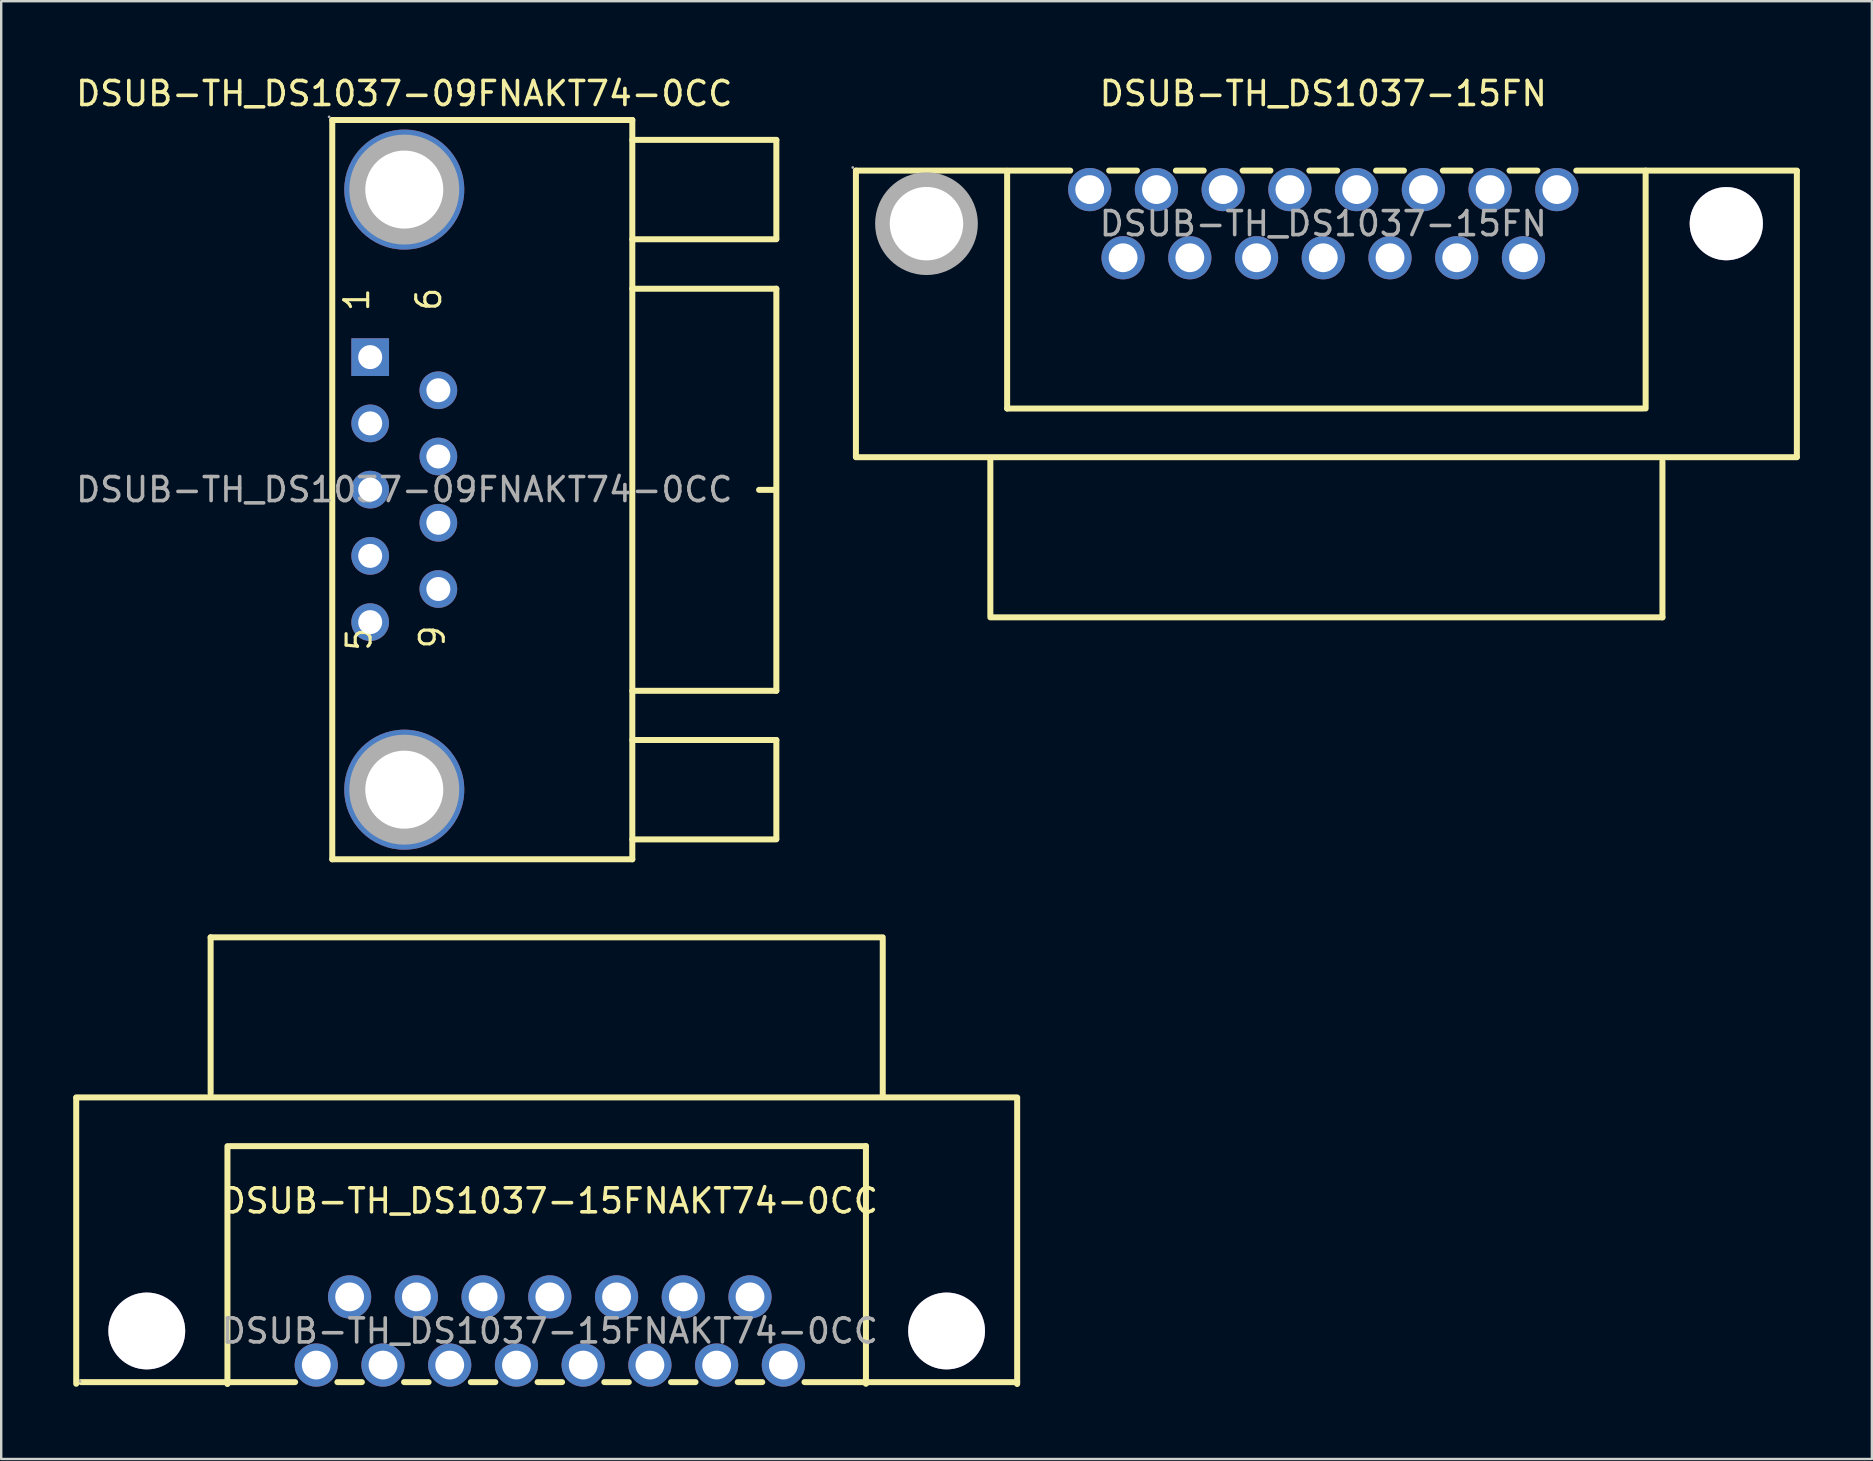
<source format=kicad_pcb>
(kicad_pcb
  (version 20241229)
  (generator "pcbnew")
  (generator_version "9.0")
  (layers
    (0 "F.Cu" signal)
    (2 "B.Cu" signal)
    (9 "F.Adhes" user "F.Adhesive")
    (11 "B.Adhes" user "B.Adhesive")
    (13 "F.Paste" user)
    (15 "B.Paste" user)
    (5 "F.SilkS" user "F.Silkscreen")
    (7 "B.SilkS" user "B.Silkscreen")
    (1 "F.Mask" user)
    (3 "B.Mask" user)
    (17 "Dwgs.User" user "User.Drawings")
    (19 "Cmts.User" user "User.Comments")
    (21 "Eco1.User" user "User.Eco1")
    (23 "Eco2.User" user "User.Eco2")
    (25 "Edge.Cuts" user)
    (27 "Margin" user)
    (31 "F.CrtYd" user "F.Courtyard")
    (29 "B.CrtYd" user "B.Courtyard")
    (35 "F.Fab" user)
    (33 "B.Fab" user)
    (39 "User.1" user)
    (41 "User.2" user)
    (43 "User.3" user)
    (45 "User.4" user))
  (footprint "DSUB-TH_DS1037-15FNAKT74-0CC"
    (layer "F.Cu")
    (at 19.855 52.398)
    (property "Reference" "DSUB-TH_DS1037-15FNAKT74-0CC" (at 0 -5.42 0) (layer "F.SilkS") (effects (font (size 1 1) (thickness 0.15))))
    (attr through_hole)
    (fp_line (start -19.73 -9.73) (end 19.47 -9.73) (stroke (width 0.25) (type solid)) (layer "F.SilkS"))
    (fp_line (start -19.73 -9.71) (end -19.73 2.2) (stroke (width 0.25) (type solid)) (layer "F.SilkS"))
    (fp_line (start -19.53 2.13) (end -10.61 2.13) (stroke (width 0.25) (type solid)) (layer "F.SilkS"))
    (fp_line (start -14.13 -16.4) (end -14.13 -9.9) (stroke (width 0.25) (type solid)) (layer "F.SilkS"))
    (fp_line (start -14.13 -16.4) (end 13.87 -16.4) (stroke (width 0.25) (type solid)) (layer "F.SilkS"))
    (fp_line (start -13.43 -7.7) (end -13.43 2.21) (stroke (width 0.25) (type solid)) (layer "F.SilkS"))
    (fp_line (start -13.33 -7.7) (end 13.17 -7.7) (stroke (width 0.25) (type solid)) (layer "F.SilkS"))
    (fp_line (start -8.85 2.13) (end -7.83 2.13) (stroke (width 0.25) (type solid)) (layer "F.SilkS"))
    (fp_line (start -6.07 2.13) (end -5.05 2.13) (stroke (width 0.25) (type solid)) (layer "F.SilkS"))
    (fp_line (start -3.29 2.13) (end -2.27 2.13) (stroke (width 0.25) (type solid)) (layer "F.SilkS"))
    (fp_line (start -0.51 2.13) (end 0.51 2.13) (stroke (width 0.25) (type solid)) (layer "F.SilkS"))
    (fp_line (start 2.27 2.13) (end 3.29 2.13) (stroke (width 0.25) (type solid)) (layer "F.SilkS"))
    (fp_line (start 5.05 2.13) (end 6.07 2.13) (stroke (width 0.25) (type solid)) (layer "F.SilkS"))
    (fp_line (start 7.83 2.13) (end 8.85 2.13) (stroke (width 0.25) (type solid)) (layer "F.SilkS"))
    (fp_line (start 10.61 2.13) (end 19.47 2.13) (stroke (width 0.25) (type solid)) (layer "F.SilkS"))
    (fp_line (start 13.17 -7.7) (end 13.17 2.2) (stroke (width 0.25) (type solid)) (layer "F.SilkS"))
    (fp_line (start 13.87 -16.3) (end 13.87 -9.8) (stroke (width 0.25) (type solid)) (layer "F.SilkS"))
    (fp_line (start 19.47 -9.7) (end 19.47 2.21) (stroke (width 0.25) (type solid)) (layer "F.SilkS"))
    (fp_circle (center -16.79 0) (end -16.04 0) (stroke (width 1.5) (type solid)) (fill no) (layer "Cmts.User"))
    (fp_circle (center 16.53 0) (end 17.28 0) (stroke (width 1.5) (type solid)) (fill no) (layer "Cmts.User"))
    (fp_circle (center -19.57 2.1) (end -19.54 2.1) (stroke (width 0.06) (type solid)) (fill no) (layer "F.Fab"))
    (fp_circle (center -9.73 1.42) (end -9.57 1.42) (stroke (width 0.32) (type solid)) (fill no) (layer "F.Fab"))
    (fp_circle (center -8.34 -1.42) (end -8.18 -1.42) (stroke (width 0.32) (type solid)) (fill no) (layer "F.Fab"))
    (fp_circle (center -6.95 1.42) (end -6.79 1.42) (stroke (width 0.32) (type solid)) (fill no) (layer "F.Fab"))
    (fp_circle (center -5.56 -1.42) (end -5.4 -1.42) (stroke (width 0.32) (type solid)) (fill no) (layer "F.Fab"))
    (fp_circle (center -4.17 1.42) (end -4.01 1.42) (stroke (width 0.32) (type solid)) (fill no) (layer "F.Fab"))
    (fp_circle (center -2.78 -1.42) (end -2.62 -1.42) (stroke (width 0.32) (type solid)) (fill no) (layer "F.Fab"))
    (fp_circle (center -1.39 1.42) (end -1.23 1.42) (stroke (width 0.32) (type solid)) (fill no) (layer "F.Fab"))
    (fp_circle (center 0 -1.42) (end 0.16 -1.42) (stroke (width 0.32) (type solid)) (fill no) (layer "F.Fab"))
    (fp_circle (center 1.39 1.42) (end 1.55 1.42) (stroke (width 0.32) (type solid)) (fill no) (layer "F.Fab"))
    (fp_circle (center 2.78 -1.42) (end 2.94 -1.42) (stroke (width 0.32) (type solid)) (fill no) (layer "F.Fab"))
    (fp_circle (center 4.17 1.42) (end 4.33 1.42) (stroke (width 0.32) (type solid)) (fill no) (layer "F.Fab"))
    (fp_circle (center 5.56 -1.42) (end 5.72 -1.42) (stroke (width 0.32) (type solid)) (fill no) (layer "F.Fab"))
    (fp_circle (center 6.95 1.42) (end 7.11 1.42) (stroke (width 0.32) (type solid)) (fill no) (layer "F.Fab"))
    (fp_circle (center 8.34 -1.42) (end 8.5 -1.42) (stroke (width 0.32) (type solid)) (fill no) (layer "F.Fab"))
    (fp_circle (center 9.73 1.42) (end 9.89 1.42) (stroke (width 0.32) (type solid)) (fill no) (layer "F.Fab"))
    (fp_text user "${REFERENCE}" (at 0 0 0) (layer "F.Fab") (effects (font (size 1 1) (thickness 0.15))))
    (pad "" thru_hole circle (at -16.79 0) (size 3.2 3.2) (drill 3.2) (layers "*.Cu" "*.Mask"))
    (pad "" thru_hole circle (at 16.53 0) (size 3.2 3.2) (drill 3.2) (layers "*.Cu" "*.Mask"))
    (pad "1" thru_hole circle (at -9.73 1.42) (size 1.8 1.8) (drill 1.2) (layers "*.Cu" "*.Paste" "*.Mask"))
    (pad "2" thru_hole circle (at -6.95 1.42) (size 1.8 1.8) (drill 1.2) (layers "*.Cu" "*.Paste" "*.Mask"))
    (pad "3" thru_hole circle (at -4.17 1.42) (size 1.8 1.8) (drill 1.2) (layers "*.Cu" "*.Paste" "*.Mask"))
    (pad "4" thru_hole circle (at -1.39 1.42) (size 1.8 1.8) (drill 1.2) (layers "*.Cu" "*.Paste" "*.Mask"))
    (pad "5" thru_hole circle (at 1.39 1.42) (size 1.8 1.8) (drill 1.2) (layers "*.Cu" "*.Paste" "*.Mask"))
    (pad "6" thru_hole circle (at 4.17 1.42) (size 1.8 1.8) (drill 1.2) (layers "*.Cu" "*.Paste" "*.Mask"))
    (pad "7" thru_hole circle (at 6.95 1.42) (size 1.8 1.8) (drill 1.2) (layers "*.Cu" "*.Paste" "*.Mask"))
    (pad "8" thru_hole circle (at 9.73 1.42) (size 1.8 1.8) (drill 1.2) (layers "*.Cu" "*.Paste" "*.Mask"))
    (pad "9" thru_hole circle (at -8.34 -1.42) (size 1.8 1.8) (drill 1.2) (layers "*.Cu" "*.Paste" "*.Mask"))
    (pad "10" thru_hole circle (at -5.56 -1.42) (size 1.8 1.8) (drill 1.2) (layers "*.Cu" "*.Paste" "*.Mask"))
    (pad "11" thru_hole circle (at -2.78 -1.42) (size 1.8 1.8) (drill 1.2) (layers "*.Cu" "*.Paste" "*.Mask"))
    (pad "12" thru_hole circle (at 0 -1.42) (size 1.8 1.8) (drill 1.2) (layers "*.Cu" "*.Paste" "*.Mask"))
    (pad "13" thru_hole circle (at 2.78 -1.42) (size 1.8 1.8) (drill 1.2) (layers "*.Cu" "*.Paste" "*.Mask"))
    (pad "14" thru_hole circle (at 5.56 -1.42) (size 1.8 1.8) (drill 1.2) (layers "*.Cu" "*.Paste" "*.Mask"))
    (pad "15" thru_hole circle (at 8.34 -1.42) (size 1.8 1.8) (drill 1.2) (layers "*.Cu" "*.Paste" "*.Mask")))
  (footprint "DSUB-TH_DS1037-15FN"
    (layer "F.Cu")
    (at 52.077 6.268)
    (property "Reference" "DSUB-TH_DS1037-15FN" (at 0 -5.42 0) (layer "F.SilkS") (effects (font (size 1 1) (thickness 0.15))))
    (attr through_hole)
    (fp_line (start -19.47 -2.21) (end -10.54 -2.21) (stroke (width 0.25) (type solid)) (layer "F.SilkS"))
    (fp_line (start -19.47 9.7) (end -19.47 -2.21) (stroke (width 0.25) (type solid)) (layer "F.SilkS"))
    (fp_line (start -13.87 16.3) (end -13.87 9.8) (stroke (width 0.25) (type solid)) (layer "F.SilkS"))
    (fp_line (start -13.17 7.7) (end -13.17 -2.2) (stroke (width 0.25) (type solid)) (layer "F.SilkS"))
    (fp_line (start -8.92 -2.21) (end -7.76 -2.21) (stroke (width 0.25) (type solid)) (layer "F.SilkS"))
    (fp_line (start -6.14 -2.21) (end -4.98 -2.21) (stroke (width 0.25) (type solid)) (layer "F.SilkS"))
    (fp_line (start -3.36 -2.21) (end -2.2 -2.21) (stroke (width 0.25) (type solid)) (layer "F.SilkS"))
    (fp_line (start -0.58 -2.21) (end 0.58 -2.21) (stroke (width 0.25) (type solid)) (layer "F.SilkS"))
    (fp_line (start 2.2 -2.21) (end 3.36 -2.21) (stroke (width 0.25) (type solid)) (layer "F.SilkS"))
    (fp_line (start 4.98 -2.21) (end 6.14 -2.21) (stroke (width 0.25) (type solid)) (layer "F.SilkS"))
    (fp_line (start 7.76 -2.21) (end 8.92 -2.21) (stroke (width 0.25) (type solid)) (layer "F.SilkS"))
    (fp_line (start 10.54 -2.21) (end 19.73 -2.21) (stroke (width 0.25) (type solid)) (layer "F.SilkS"))
    (fp_line (start 13.33 7.7) (end -13.17 7.7) (stroke (width 0.25) (type solid)) (layer "F.SilkS"))
    (fp_line (start 13.43 7.7) (end 13.43 -2.21) (stroke (width 0.25) (type solid)) (layer "F.SilkS"))
    (fp_line (start 14.13 16.4) (end -13.87 16.4) (stroke (width 0.25) (type solid)) (layer "F.SilkS"))
    (fp_line (start 14.13 16.4) (end 14.13 9.9) (stroke (width 0.25) (type solid)) (layer "F.SilkS"))
    (fp_line (start 19.73 9.71) (end 19.73 -2.2) (stroke (width 0.25) (type solid)) (layer "F.SilkS"))
    (fp_line (start 19.73 9.73) (end -19.47 9.73) (stroke (width 0.25) (type solid)) (layer "F.SilkS"))
    (fp_circle (center -19.6 -2.34) (end -19.57 -2.34) (stroke (width 0.06) (type solid)) (fill no) (layer "F.Fab"))
    (fp_circle (center -16.53 0) (end -15.82 0) (stroke (width 1.43) (type solid)) (fill no) (layer "F.Fab"))
    (fp_circle (center -9.73 -1.42) (end -9.48 -1.42) (stroke (width 0.5) (type solid)) (fill no) (layer "F.Fab"))
    (fp_circle (center -8.34 1.42) (end -8.09 1.42) (stroke (width 0.5) (type solid)) (fill no) (layer "F.Fab"))
    (fp_circle (center -6.95 -1.42) (end -6.7 -1.42) (stroke (width 0.5) (type solid)) (fill no) (layer "F.Fab"))
    (fp_circle (center -5.56 1.42) (end -5.31 1.42) (stroke (width 0.5) (type solid)) (fill no) (layer "F.Fab"))
    (fp_circle (center -4.17 -1.42) (end -3.92 -1.42) (stroke (width 0.5) (type solid)) (fill no) (layer "F.Fab"))
    (fp_circle (center -2.78 1.42) (end -2.53 1.42) (stroke (width 0.5) (type solid)) (fill no) (layer "F.Fab"))
    (fp_circle (center -1.39 -1.42) (end -1.14 -1.42) (stroke (width 0.5) (type solid)) (fill no) (layer "F.Fab"))
    (fp_circle (center 0 1.42) (end 0.25 1.42) (stroke (width 0.5) (type solid)) (fill no) (layer "F.Fab"))
    (fp_circle (center 1.39 -1.42) (end 1.64 -1.42) (stroke (width 0.5) (type solid)) (fill no) (layer "F.Fab"))
    (fp_circle (center 2.78 1.42) (end 3.03 1.42) (stroke (width 0.5) (type solid)) (fill no) (layer "F.Fab"))
    (fp_circle (center 4.17 -1.42) (end 4.42 -1.42) (stroke (width 0.5) (type solid)) (fill no) (layer "F.Fab"))
    (fp_circle (center 5.56 1.42) (end 5.81 1.42) (stroke (width 0.5) (type solid)) (fill no) (layer "F.Fab"))
    (fp_circle (center 6.95 -1.42) (end 7.2 -1.42) (stroke (width 0.5) (type solid)) (fill no) (layer "F.Fab"))
    (fp_circle (center 8.34 1.42) (end 8.59 1.42) (stroke (width 0.5) (type solid)) (fill no) (layer "F.Fab"))
    (fp_circle (center 9.73 -1.42) (end 9.98 -1.42) (stroke (width 0.5) (type solid)) (fill no) (layer "F.Fab"))
    (fp_circle (center 16.79 0) (end 17.5 0) (stroke (width 1.42) (type solid)) (fill no) (layer "F.Fab"))
    (fp_text user "${REFERENCE}" (at 0 0 0) (layer "F.Fab") (effects (font (size 1 1) (thickness 0.15))))
    (pad "" thru_hole circle (at -16.53 0) (size 3.06 3.06) (drill 3.06) (layers "*.Cu" "*.Mask"))
    (pad "" thru_hole circle (at 16.79 0) (size 3.05 3.05) (drill 3.05) (layers "*.Cu" "*.Mask"))
    (pad "1" thru_hole circle (at -9.73 -1.42 180) (size 1.8 1.8) (drill 1.2) (layers "*.Cu" "*.Paste" "*.Mask"))
    (pad "2" thru_hole circle (at -6.95 -1.42 180) (size 1.8 1.8) (drill 1.2) (layers "*.Cu" "*.Paste" "*.Mask"))
    (pad "3" thru_hole circle (at -4.17 -1.42 180) (size 1.8 1.8) (drill 1.2) (layers "*.Cu" "*.Paste" "*.Mask"))
    (pad "4" thru_hole circle (at -1.39 -1.42 180) (size 1.8 1.8) (drill 1.2) (layers "*.Cu" "*.Paste" "*.Mask"))
    (pad "5" thru_hole circle (at 1.39 -1.42 180) (size 1.8 1.8) (drill 1.2) (layers "*.Cu" "*.Paste" "*.Mask"))
    (pad "6" thru_hole circle (at 4.17 -1.42 180) (size 1.8 1.8) (drill 1.2) (layers "*.Cu" "*.Paste" "*.Mask"))
    (pad "7" thru_hole circle (at 6.95 -1.42 180) (size 1.8 1.8) (drill 1.2) (layers "*.Cu" "*.Paste" "*.Mask"))
    (pad "8" thru_hole circle (at 9.73 -1.42 180) (size 1.8 1.8) (drill 1.2) (layers "*.Cu" "*.Paste" "*.Mask"))
    (pad "9" thru_hole circle (at -8.34 1.42 180) (size 1.8 1.8) (drill 1.2) (layers "*.Cu" "*.Paste" "*.Mask"))
    (pad "10" thru_hole circle (at -5.56 1.42 180) (size 1.8 1.8) (drill 1.2) (layers "*.Cu" "*.Paste" "*.Mask"))
    (pad "11" thru_hole circle (at -2.78 1.42 180) (size 1.8 1.8) (drill 1.2) (layers "*.Cu" "*.Paste" "*.Mask"))
    (pad "12" thru_hole circle (at 0 1.42 180) (size 1.8 1.8) (drill 1.2) (layers "*.Cu" "*.Paste" "*.Mask"))
    (pad "13" thru_hole circle (at 2.78 1.42 180) (size 1.8 1.8) (drill 1.2) (layers "*.Cu" "*.Paste" "*.Mask"))
    (pad "14" thru_hole circle (at 5.56 1.42 180) (size 1.8 1.8) (drill 1.2) (layers "*.Cu" "*.Paste" "*.Mask"))
    (pad "15" thru_hole circle (at 8.34 1.42 180) (size 1.8 1.8) (drill 1.2) (layers "*.Cu" "*.Paste" "*.Mask")))
  (footprint "DSUB-TH_DS1037-09FNAKT74-0CC"
    (layer "F.Cu")
    (at 13.792 17.348)
    (property "Reference" "DSUB-TH_DS1037-09FNAKT74-0CC" (at 0 -16.5 0) (layer "F.SilkS") (effects (font (size 1 1) (thickness 0.15))))
    (attr through_hole)
    (fp_line (start -3 -15.4) (end 9.5 -15.4) (stroke (width 0.25) (type solid)) (layer "F.SilkS"))
    (fp_line (start -3 15.4) (end -3 -15.4) (stroke (width 0.25) (type solid)) (layer "F.SilkS"))
    (fp_line (start 9.5 -15.4) (end 9.5 15.4) (stroke (width 0.25) (type solid)) (layer "F.SilkS"))
    (fp_line (start 9.5 -14.57) (end 15.5 -14.57) (stroke (width 0.25) (type solid)) (layer "F.SilkS"))
    (fp_line (start 9.5 -10.43) (end 15.5 -10.43) (stroke (width 0.25) (type solid)) (layer "F.SilkS"))
    (fp_line (start 9.5 -8.37) (end 15.5 -8.37) (stroke (width 0.25) (type solid)) (layer "F.SilkS"))
    (fp_line (start 9.5 14.57) (end 15.5 14.57) (stroke (width 0.25) (type solid)) (layer "F.SilkS"))
    (fp_line (start 9.5 15.4) (end -3 15.4) (stroke (width 0.25) (type solid)) (layer "F.SilkS"))
    (fp_line (start 14.78 0.01) (end 15.48 0.01) (stroke (width 0.25) (type solid)) (layer "F.SilkS"))
    (fp_line (start 15.5 -14.57) (end 15.5 -10.46) (stroke (width 0.25) (type solid)) (layer "F.SilkS"))
    (fp_line (start 15.5 -8.37) (end 15.5 8.38) (stroke (width 0.25) (type solid)) (layer "F.SilkS"))
    (fp_line (start 15.5 8.38) (end 9.5 8.38) (stroke (width 0.25) (type solid)) (layer "F.SilkS"))
    (fp_line (start 15.5 10.43) (end 9.5 10.43) (stroke (width 0.25) (type solid)) (layer "F.SilkS"))
    (fp_line (start 15.5 14.54) (end 15.5 10.43) (stroke (width 0.25) (type solid)) (layer "F.SilkS"))
    (fp_circle (center -3.13 -15.53) (end -3.1 -15.53) (stroke (width 0.06) (type solid)) (fill no) (layer "F.Fab"))
    (fp_circle (center -1.42 -5.52) (end -1.22 -5.52) (stroke (width 0.4) (type solid)) (fill no) (layer "F.Fab"))
    (fp_circle (center -1.42 -2.76) (end -1.22 -2.76) (stroke (width 0.4) (type solid)) (fill no) (layer "F.Fab"))
    (fp_circle (center -1.42 0) (end -1.22 0) (stroke (width 0.4) (type solid)) (fill no) (layer "F.Fab"))
    (fp_circle (center -1.42 2.76) (end -1.22 2.76) (stroke (width 0.4) (type solid)) (fill no) (layer "F.Fab"))
    (fp_circle (center -1.42 5.52) (end -1.22 5.52) (stroke (width 0.4) (type solid)) (fill no) (layer "F.Fab"))
    (fp_circle (center 0 -12.5) (end 0.76 -12.5) (stroke (width 1.53) (type solid)) (fill no) (layer "F.Fab"))
    (fp_circle (center 0 12.5) (end 0.76 12.5) (stroke (width 1.53) (type solid)) (fill no) (layer "F.Fab"))
    (fp_circle (center 1.42 -4.14) (end 1.62 -4.14) (stroke (width 0.4) (type solid)) (fill no) (layer "F.Fab"))
    (fp_circle (center 1.42 -1.38) (end 1.62 -1.38) (stroke (width 0.4) (type solid)) (fill no) (layer "F.Fab"))
    (fp_circle (center 1.42 1.38) (end 1.62 1.38) (stroke (width 0.4) (type solid)) (fill no) (layer "F.Fab"))
    (fp_circle (center 1.42 4.14) (end 1.62 4.14) (stroke (width 0.4) (type solid)) (fill no) (layer "F.Fab"))
    (fp_text user "1" (at -1.98 -7.35 270) (layer "F.SilkS") (effects (font (size 1 1) (thickness 0.13)) (justify left)))
    (fp_text user "6" (at 1.02 -7.37 270) (layer "F.SilkS") (effects (font (size 1 1) (thickness 0.13)) (justify left)))
    (fp_text user "9" (at 1.17 6.7 270) (layer "F.SilkS") (effects (font (size 1 1) (thickness 0.13)) (justify left)))
    (fp_text user "5" (at -1.88 6.8 270) (layer "F.SilkS") (effects (font (size 1 1) (thickness 0.13)) (justify left)))
    (fp_text user "${REFERENCE}" (at 0 0 0) (layer "F.Fab") (effects (font (size 1 1) (thickness 0.15))))
    (pad "1" thru_hole rect (at -1.42 -5.52 90) (size 1.57 1.57) (drill 1) (layers "*.Cu" "*.Paste" "*.Mask"))
    (pad "2" thru_hole circle (at -1.42 -2.76 90) (size 1.57 1.57) (drill 1) (layers "*.Cu" "*.Paste" "*.Mask"))
    (pad "3" thru_hole circle (at -1.42 0 90) (size 1.57 1.57) (drill 1) (layers "*.Cu" "*.Paste" "*.Mask"))
    (pad "4" thru_hole circle (at -1.42 2.76 90) (size 1.57 1.57) (drill 1) (layers "*.Cu" "*.Paste" "*.Mask"))
    (pad "5" thru_hole circle (at -1.42 5.52 90) (size 1.57 1.57) (drill 1) (layers "*.Cu" "*.Paste" "*.Mask"))
    (pad "6" thru_hole circle (at 1.42 -4.14 90) (size 1.57 1.57) (drill 1) (layers "*.Cu" "*.Paste" "*.Mask"))
    (pad "7" thru_hole circle (at 1.42 -1.38 90) (size 1.57 1.57) (drill 1) (layers "*.Cu" "*.Paste" "*.Mask"))
    (pad "8" thru_hole circle (at 1.42 1.38 90) (size 1.57 1.57) (drill 1) (layers "*.Cu" "*.Paste" "*.Mask"))
    (pad "9" thru_hole circle (at 1.42 4.14 90) (size 1.57 1.57) (drill 1) (layers "*.Cu" "*.Paste" "*.Mask"))
    (pad "10" thru_hole circle (at 0 -12.5 90) (size 5 5) (drill 3.25) (layers "*.Cu" "*.Paste" "*.Mask"))
    (pad "11" thru_hole circle (at 0 12.5 90) (size 5 5) (drill 3.25) (layers "*.Cu" "*.Paste" "*.Mask")))
  (gr_rect
    (start -3 -3)
    (end 74.932 57.733)
    (stroke (width 0.1) (type default))
    (fill no)
    (layer "Edge.Cuts")))
</source>
